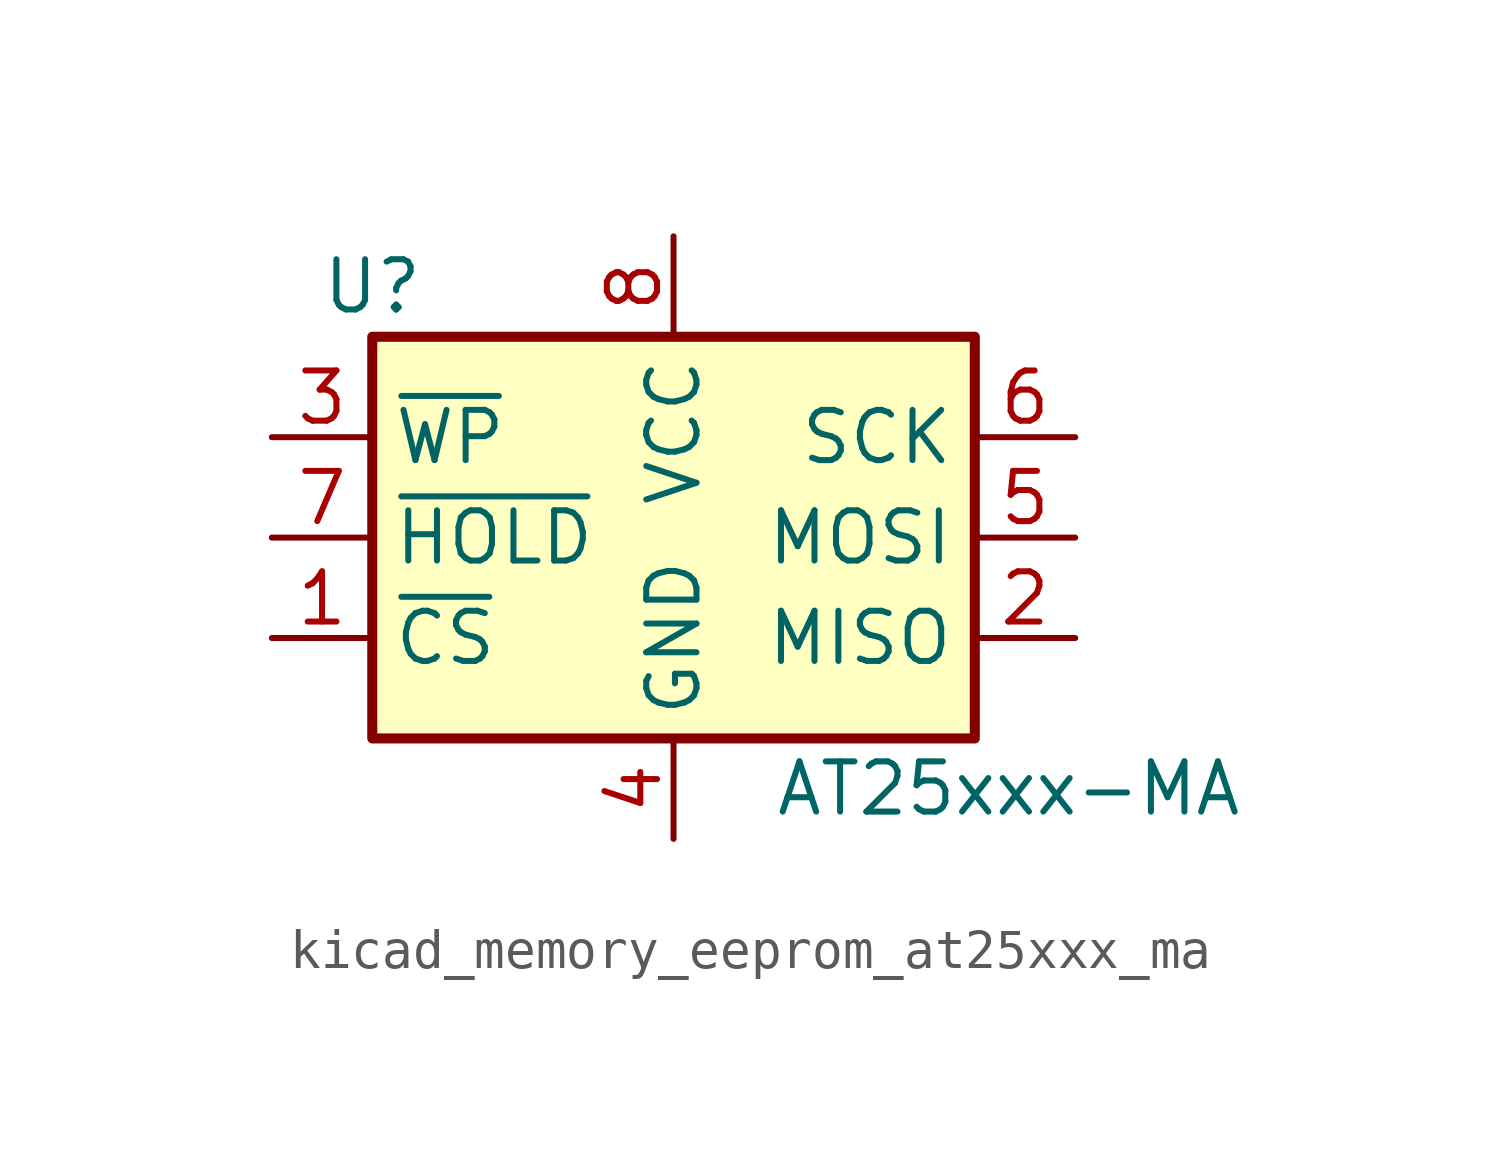
<source format=kicad_sym>
(kicad_symbol_lib
  (version 20220914)
  (generator kicad_symbol_editor)
  (symbol "kicad_memory_eeprom_at25xxx_ma"
    (property "Reference" "U"
      (at -7.62 6.35 0)
      (effects (font (size 1.27 1.27))))
    (property "Value" "AT25xxx-MA"
      (at 2.54 -6.35 0)
      (effects (font (size 1.27 1.27)) (justify left)))
    (symbol "kicad_memory_eeprom_at25xxx_ma_1_1"
      (rectangle (start -7.62 5.08) (end 7.62 -5.08) (stroke (width 0.254) (type default)) (fill (type background)))
      (pin input line (at -10.16 -2.54 0) (length 2.54) (name "~{CS}" (effects (font (size 1.27 1.27)))) (number "1" (effects (font (size 1.27 1.27)))))
      (pin tri_state line (at 10.16 -2.54 180) (length 2.54) (name "MISO" (effects (font (size 1.27 1.27)))) (number "2" (effects (font (size 1.27 1.27)))))
      (pin input line (at -10.16 2.54 0) (length 2.54) (name "~{WP}" (effects (font (size 1.27 1.27)))) (number "3" (effects (font (size 1.27 1.27)))))
      (pin power_in line (at 0 -7.62 90) (length 2.54) (name "GND" (effects (font (size 1.27 1.27)))) (number "4" (effects (font (size 1.27 1.27)))))
      (pin input line (at 10.16 0 180) (length 2.54) (name "MOSI" (effects (font (size 1.27 1.27)))) (number "5" (effects (font (size 1.27 1.27)))))
      (pin input line (at 10.16 2.54 180) (length 2.54) (name "SCK" (effects (font (size 1.27 1.27)))) (number "6" (effects (font (size 1.27 1.27)))))
      (pin input line (at -10.16 0 0) (length 2.54) (name "~{HOLD}" (effects (font (size 1.27 1.27)))) (number "7" (effects (font (size 1.27 1.27)))))
      (pin power_in line (at 0 7.62 270) (length 2.54) (name "VCC" (effects (font (size 1.27 1.27)))) (number "8" (effects (font (size 1.27 1.27)))))
      (pin passive line (at 0 -7.62 90) (length 2.54) hide (name "GND" (effects (font (size 1.27 1.27)))) (number "9" (effects (font (size 1.27 1.27))))))))
</source>
